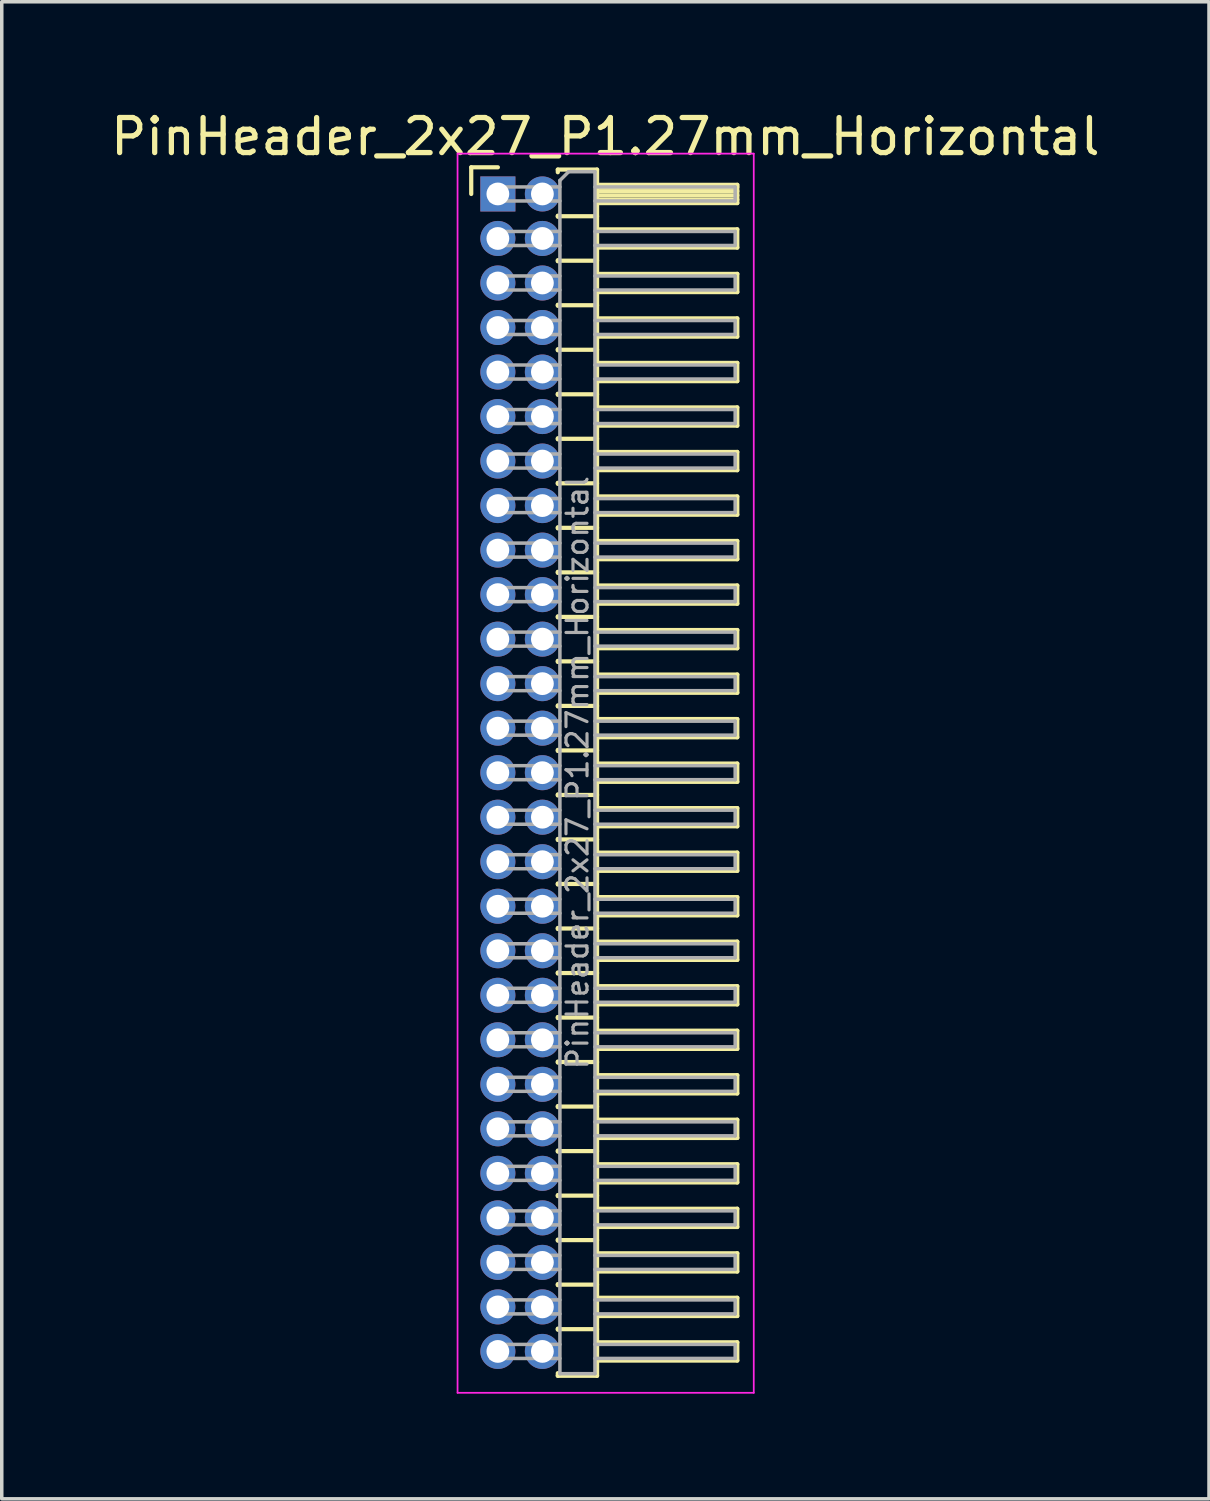
<source format=kicad_pcb>
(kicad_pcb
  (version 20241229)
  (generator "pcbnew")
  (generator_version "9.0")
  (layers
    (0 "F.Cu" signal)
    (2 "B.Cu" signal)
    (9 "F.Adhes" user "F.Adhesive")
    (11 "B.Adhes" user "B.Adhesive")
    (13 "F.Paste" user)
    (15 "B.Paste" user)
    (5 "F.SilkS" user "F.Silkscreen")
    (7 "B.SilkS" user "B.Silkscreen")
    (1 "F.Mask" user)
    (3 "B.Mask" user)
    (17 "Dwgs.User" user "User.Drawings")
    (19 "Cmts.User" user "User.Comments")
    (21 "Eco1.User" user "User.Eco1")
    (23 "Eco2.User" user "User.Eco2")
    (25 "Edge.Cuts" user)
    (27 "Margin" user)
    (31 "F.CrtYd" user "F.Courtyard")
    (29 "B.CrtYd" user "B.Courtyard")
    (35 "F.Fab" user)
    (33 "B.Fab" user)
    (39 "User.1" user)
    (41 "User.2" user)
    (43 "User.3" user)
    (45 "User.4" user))
  (footprint "PinHeader_2x27_P1.27mm_Horizontal"
    (layer "F.Cu")
    (at 11.153 2.483)
    (property "Reference" "PinHeader_2x27_P1.27mm_Horizontal" (at 3.067 -1.635 0) (layer "F.SilkS") (effects (font (size 1 1) (thickness 0.15))))
    (attr through_hole)
    (fp_line (start -0.76 -0.76) (end 0 -0.76) (stroke (width 0.12) (type solid)) (layer "F.SilkS"))
    (fp_line (start -0.76 0) (end -0.76 -0.76) (stroke (width 0.12) (type solid)) (layer "F.SilkS"))
    (fp_line (start 1.71 -0.695) (end 2.83 -0.695) (stroke (width 0.12) (type solid)) (layer "F.SilkS"))
    (fp_line (start 1.71 -0.62) (end 1.71 -0.695) (stroke (width 0.12) (type solid)) (layer "F.SilkS"))
    (fp_line (start 1.71 0.62) (end 1.71 0.65) (stroke (width 0.12) (type solid)) (layer "F.SilkS"))
    (fp_line (start 1.71 0.635) (end 2.83 0.635) (stroke (width 0.12) (type solid)) (layer "F.SilkS"))
    (fp_line (start 1.71 1.89) (end 1.71 1.92) (stroke (width 0.12) (type solid)) (layer "F.SilkS"))
    (fp_line (start 1.71 1.905) (end 2.83 1.905) (stroke (width 0.12) (type solid)) (layer "F.SilkS"))
    (fp_line (start 1.71 3.16) (end 1.71 3.19) (stroke (width 0.12) (type solid)) (layer "F.SilkS"))
    (fp_line (start 1.71 3.175) (end 2.83 3.175) (stroke (width 0.12) (type solid)) (layer "F.SilkS"))
    (fp_line (start 1.71 4.43) (end 1.71 4.46) (stroke (width 0.12) (type solid)) (layer "F.SilkS"))
    (fp_line (start 1.71 4.445) (end 2.83 4.445) (stroke (width 0.12) (type solid)) (layer "F.SilkS"))
    (fp_line (start 1.71 5.7) (end 1.71 5.73) (stroke (width 0.12) (type solid)) (layer "F.SilkS"))
    (fp_line (start 1.71 5.715) (end 2.83 5.715) (stroke (width 0.12) (type solid)) (layer "F.SilkS"))
    (fp_line (start 1.71 6.97) (end 1.71 7) (stroke (width 0.12) (type solid)) (layer "F.SilkS"))
    (fp_line (start 1.71 6.985) (end 2.83 6.985) (stroke (width 0.12) (type solid)) (layer "F.SilkS"))
    (fp_line (start 1.71 8.24) (end 1.71 8.27) (stroke (width 0.12) (type solid)) (layer "F.SilkS"))
    (fp_line (start 1.71 8.255) (end 2.83 8.255) (stroke (width 0.12) (type solid)) (layer "F.SilkS"))
    (fp_line (start 1.71 9.51) (end 1.71 9.54) (stroke (width 0.12) (type solid)) (layer "F.SilkS"))
    (fp_line (start 1.71 9.525) (end 2.83 9.525) (stroke (width 0.12) (type solid)) (layer "F.SilkS"))
    (fp_line (start 1.71 10.78) (end 1.71 10.81) (stroke (width 0.12) (type solid)) (layer "F.SilkS"))
    (fp_line (start 1.71 10.795) (end 2.83 10.795) (stroke (width 0.12) (type solid)) (layer "F.SilkS"))
    (fp_line (start 1.71 12.05) (end 1.71 12.08) (stroke (width 0.12) (type solid)) (layer "F.SilkS"))
    (fp_line (start 1.71 12.065) (end 2.83 12.065) (stroke (width 0.12) (type solid)) (layer "F.SilkS"))
    (fp_line (start 1.71 13.32) (end 1.71 13.35) (stroke (width 0.12) (type solid)) (layer "F.SilkS"))
    (fp_line (start 1.71 13.335) (end 2.83 13.335) (stroke (width 0.12) (type solid)) (layer "F.SilkS"))
    (fp_line (start 1.71 14.59) (end 1.71 14.62) (stroke (width 0.12) (type solid)) (layer "F.SilkS"))
    (fp_line (start 1.71 14.605) (end 2.83 14.605) (stroke (width 0.12) (type solid)) (layer "F.SilkS"))
    (fp_line (start 1.71 15.86) (end 1.71 15.89) (stroke (width 0.12) (type solid)) (layer "F.SilkS"))
    (fp_line (start 1.71 15.875) (end 2.83 15.875) (stroke (width 0.12) (type solid)) (layer "F.SilkS"))
    (fp_line (start 1.71 17.13) (end 1.71 17.16) (stroke (width 0.12) (type solid)) (layer "F.SilkS"))
    (fp_line (start 1.71 17.145) (end 2.83 17.145) (stroke (width 0.12) (type solid)) (layer "F.SilkS"))
    (fp_line (start 1.71 18.4) (end 1.71 18.43) (stroke (width 0.12) (type solid)) (layer "F.SilkS"))
    (fp_line (start 1.71 18.415) (end 2.83 18.415) (stroke (width 0.12) (type solid)) (layer "F.SilkS"))
    (fp_line (start 1.71 19.67) (end 1.71 19.7) (stroke (width 0.12) (type solid)) (layer "F.SilkS"))
    (fp_line (start 1.71 19.685) (end 2.83 19.685) (stroke (width 0.12) (type solid)) (layer "F.SilkS"))
    (fp_line (start 1.71 20.94) (end 1.71 20.97) (stroke (width 0.12) (type solid)) (layer "F.SilkS"))
    (fp_line (start 1.71 20.955) (end 2.83 20.955) (stroke (width 0.12) (type solid)) (layer "F.SilkS"))
    (fp_line (start 1.71 22.21) (end 1.71 22.24) (stroke (width 0.12) (type solid)) (layer "F.SilkS"))
    (fp_line (start 1.71 22.225) (end 2.83 22.225) (stroke (width 0.12) (type solid)) (layer "F.SilkS"))
    (fp_line (start 1.71 23.48) (end 1.71 23.51) (stroke (width 0.12) (type solid)) (layer "F.SilkS"))
    (fp_line (start 1.71 23.495) (end 2.83 23.495) (stroke (width 0.12) (type solid)) (layer "F.SilkS"))
    (fp_line (start 1.71 24.75) (end 1.71 24.78) (stroke (width 0.12) (type solid)) (layer "F.SilkS"))
    (fp_line (start 1.71 24.765) (end 2.83 24.765) (stroke (width 0.12) (type solid)) (layer "F.SilkS"))
    (fp_line (start 1.71 26.02) (end 1.71 26.05) (stroke (width 0.12) (type solid)) (layer "F.SilkS"))
    (fp_line (start 1.71 26.035) (end 2.83 26.035) (stroke (width 0.12) (type solid)) (layer "F.SilkS"))
    (fp_line (start 1.71 27.29) (end 1.71 27.32) (stroke (width 0.12) (type solid)) (layer "F.SilkS"))
    (fp_line (start 1.71 27.305) (end 2.83 27.305) (stroke (width 0.12) (type solid)) (layer "F.SilkS"))
    (fp_line (start 1.71 28.56) (end 1.71 28.59) (stroke (width 0.12) (type solid)) (layer "F.SilkS"))
    (fp_line (start 1.71 28.575) (end 2.83 28.575) (stroke (width 0.12) (type solid)) (layer "F.SilkS"))
    (fp_line (start 1.71 29.83) (end 1.71 29.86) (stroke (width 0.12) (type solid)) (layer "F.SilkS"))
    (fp_line (start 1.71 29.845) (end 2.83 29.845) (stroke (width 0.12) (type solid)) (layer "F.SilkS"))
    (fp_line (start 1.71 31.1) (end 1.71 31.13) (stroke (width 0.12) (type solid)) (layer "F.SilkS"))
    (fp_line (start 1.71 31.115) (end 2.83 31.115) (stroke (width 0.12) (type solid)) (layer "F.SilkS"))
    (fp_line (start 1.71 32.37) (end 1.71 32.4) (stroke (width 0.12) (type solid)) (layer "F.SilkS"))
    (fp_line (start 1.71 32.385) (end 2.83 32.385) (stroke (width 0.12) (type solid)) (layer "F.SilkS"))
    (fp_line (start 1.71 33.715) (end 1.71 33.64) (stroke (width 0.12) (type solid)) (layer "F.SilkS"))
    (fp_line (start 2.83 -0.695) (end 2.83 33.715) (stroke (width 0.12) (type solid)) (layer "F.SilkS"))
    (fp_line (start 2.83 -0.26) (end 6.83 -0.26) (stroke (width 0.12) (type solid)) (layer "F.SilkS"))
    (fp_line (start 2.83 -0.2) (end 6.83 -0.2) (stroke (width 0.12) (type solid)) (layer "F.SilkS"))
    (fp_line (start 2.83 -0.08) (end 6.83 -0.08) (stroke (width 0.12) (type solid)) (layer "F.SilkS"))
    (fp_line (start 2.83 0.04) (end 6.83 0.04) (stroke (width 0.12) (type solid)) (layer "F.SilkS"))
    (fp_line (start 2.83 0.16) (end 6.83 0.16) (stroke (width 0.12) (type solid)) (layer "F.SilkS"))
    (fp_line (start 2.83 1.01) (end 6.83 1.01) (stroke (width 0.12) (type solid)) (layer "F.SilkS"))
    (fp_line (start 2.83 2.28) (end 6.83 2.28) (stroke (width 0.12) (type solid)) (layer "F.SilkS"))
    (fp_line (start 2.83 3.55) (end 6.83 3.55) (stroke (width 0.12) (type solid)) (layer "F.SilkS"))
    (fp_line (start 2.83 4.82) (end 6.83 4.82) (stroke (width 0.12) (type solid)) (layer "F.SilkS"))
    (fp_line (start 2.83 6.09) (end 6.83 6.09) (stroke (width 0.12) (type solid)) (layer "F.SilkS"))
    (fp_line (start 2.83 7.36) (end 6.83 7.36) (stroke (width 0.12) (type solid)) (layer "F.SilkS"))
    (fp_line (start 2.83 8.63) (end 6.83 8.63) (stroke (width 0.12) (type solid)) (layer "F.SilkS"))
    (fp_line (start 2.83 9.9) (end 6.83 9.9) (stroke (width 0.12) (type solid)) (layer "F.SilkS"))
    (fp_line (start 2.83 11.17) (end 6.83 11.17) (stroke (width 0.12) (type solid)) (layer "F.SilkS"))
    (fp_line (start 2.83 12.44) (end 6.83 12.44) (stroke (width 0.12) (type solid)) (layer "F.SilkS"))
    (fp_line (start 2.83 13.71) (end 6.83 13.71) (stroke (width 0.12) (type solid)) (layer "F.SilkS"))
    (fp_line (start 2.83 14.98) (end 6.83 14.98) (stroke (width 0.12) (type solid)) (layer "F.SilkS"))
    (fp_line (start 2.83 16.25) (end 6.83 16.25) (stroke (width 0.12) (type solid)) (layer "F.SilkS"))
    (fp_line (start 2.83 17.52) (end 6.83 17.52) (stroke (width 0.12) (type solid)) (layer "F.SilkS"))
    (fp_line (start 2.83 18.79) (end 6.83 18.79) (stroke (width 0.12) (type solid)) (layer "F.SilkS"))
    (fp_line (start 2.83 20.06) (end 6.83 20.06) (stroke (width 0.12) (type solid)) (layer "F.SilkS"))
    (fp_line (start 2.83 21.33) (end 6.83 21.33) (stroke (width 0.12) (type solid)) (layer "F.SilkS"))
    (fp_line (start 2.83 22.6) (end 6.83 22.6) (stroke (width 0.12) (type solid)) (layer "F.SilkS"))
    (fp_line (start 2.83 23.87) (end 6.83 23.87) (stroke (width 0.12) (type solid)) (layer "F.SilkS"))
    (fp_line (start 2.83 25.14) (end 6.83 25.14) (stroke (width 0.12) (type solid)) (layer "F.SilkS"))
    (fp_line (start 2.83 26.41) (end 6.83 26.41) (stroke (width 0.12) (type solid)) (layer "F.SilkS"))
    (fp_line (start 2.83 27.68) (end 6.83 27.68) (stroke (width 0.12) (type solid)) (layer "F.SilkS"))
    (fp_line (start 2.83 28.95) (end 6.83 28.95) (stroke (width 0.12) (type solid)) (layer "F.SilkS"))
    (fp_line (start 2.83 30.22) (end 6.83 30.22) (stroke (width 0.12) (type solid)) (layer "F.SilkS"))
    (fp_line (start 2.83 31.49) (end 6.83 31.49) (stroke (width 0.12) (type solid)) (layer "F.SilkS"))
    (fp_line (start 2.83 32.76) (end 6.83 32.76) (stroke (width 0.12) (type solid)) (layer "F.SilkS"))
    (fp_line (start 2.83 33.715) (end 1.71 33.715) (stroke (width 0.12) (type solid)) (layer "F.SilkS"))
    (fp_line (start 6.83 -0.26) (end 6.83 0.26) (stroke (width 0.12) (type solid)) (layer "F.SilkS"))
    (fp_line (start 6.83 0.26) (end 2.83 0.26) (stroke (width 0.12) (type solid)) (layer "F.SilkS"))
    (fp_line (start 6.83 1.01) (end 6.83 1.53) (stroke (width 0.12) (type solid)) (layer "F.SilkS"))
    (fp_line (start 6.83 1.53) (end 2.83 1.53) (stroke (width 0.12) (type solid)) (layer "F.SilkS"))
    (fp_line (start 6.83 2.28) (end 6.83 2.8) (stroke (width 0.12) (type solid)) (layer "F.SilkS"))
    (fp_line (start 6.83 2.8) (end 2.83 2.8) (stroke (width 0.12) (type solid)) (layer "F.SilkS"))
    (fp_line (start 6.83 3.55) (end 6.83 4.07) (stroke (width 0.12) (type solid)) (layer "F.SilkS"))
    (fp_line (start 6.83 4.07) (end 2.83 4.07) (stroke (width 0.12) (type solid)) (layer "F.SilkS"))
    (fp_line (start 6.83 4.82) (end 6.83 5.34) (stroke (width 0.12) (type solid)) (layer "F.SilkS"))
    (fp_line (start 6.83 5.34) (end 2.83 5.34) (stroke (width 0.12) (type solid)) (layer "F.SilkS"))
    (fp_line (start 6.83 6.09) (end 6.83 6.61) (stroke (width 0.12) (type solid)) (layer "F.SilkS"))
    (fp_line (start 6.83 6.61) (end 2.83 6.61) (stroke (width 0.12) (type solid)) (layer "F.SilkS"))
    (fp_line (start 6.83 7.36) (end 6.83 7.88) (stroke (width 0.12) (type solid)) (layer "F.SilkS"))
    (fp_line (start 6.83 7.88) (end 2.83 7.88) (stroke (width 0.12) (type solid)) (layer "F.SilkS"))
    (fp_line (start 6.83 8.63) (end 6.83 9.15) (stroke (width 0.12) (type solid)) (layer "F.SilkS"))
    (fp_line (start 6.83 9.15) (end 2.83 9.15) (stroke (width 0.12) (type solid)) (layer "F.SilkS"))
    (fp_line (start 6.83 9.9) (end 6.83 10.42) (stroke (width 0.12) (type solid)) (layer "F.SilkS"))
    (fp_line (start 6.83 10.42) (end 2.83 10.42) (stroke (width 0.12) (type solid)) (layer "F.SilkS"))
    (fp_line (start 6.83 11.17) (end 6.83 11.69) (stroke (width 0.12) (type solid)) (layer "F.SilkS"))
    (fp_line (start 6.83 11.69) (end 2.83 11.69) (stroke (width 0.12) (type solid)) (layer "F.SilkS"))
    (fp_line (start 6.83 12.44) (end 6.83 12.96) (stroke (width 0.12) (type solid)) (layer "F.SilkS"))
    (fp_line (start 6.83 12.96) (end 2.83 12.96) (stroke (width 0.12) (type solid)) (layer "F.SilkS"))
    (fp_line (start 6.83 13.71) (end 6.83 14.23) (stroke (width 0.12) (type solid)) (layer "F.SilkS"))
    (fp_line (start 6.83 14.23) (end 2.83 14.23) (stroke (width 0.12) (type solid)) (layer "F.SilkS"))
    (fp_line (start 6.83 14.98) (end 6.83 15.5) (stroke (width 0.12) (type solid)) (layer "F.SilkS"))
    (fp_line (start 6.83 15.5) (end 2.83 15.5) (stroke (width 0.12) (type solid)) (layer "F.SilkS"))
    (fp_line (start 6.83 16.25) (end 6.83 16.77) (stroke (width 0.12) (type solid)) (layer "F.SilkS"))
    (fp_line (start 6.83 16.77) (end 2.83 16.77) (stroke (width 0.12) (type solid)) (layer "F.SilkS"))
    (fp_line (start 6.83 17.52) (end 6.83 18.04) (stroke (width 0.12) (type solid)) (layer "F.SilkS"))
    (fp_line (start 6.83 18.04) (end 2.83 18.04) (stroke (width 0.12) (type solid)) (layer "F.SilkS"))
    (fp_line (start 6.83 18.79) (end 6.83 19.31) (stroke (width 0.12) (type solid)) (layer "F.SilkS"))
    (fp_line (start 6.83 19.31) (end 2.83 19.31) (stroke (width 0.12) (type solid)) (layer "F.SilkS"))
    (fp_line (start 6.83 20.06) (end 6.83 20.58) (stroke (width 0.12) (type solid)) (layer "F.SilkS"))
    (fp_line (start 6.83 20.58) (end 2.83 20.58) (stroke (width 0.12) (type solid)) (layer "F.SilkS"))
    (fp_line (start 6.83 21.33) (end 6.83 21.85) (stroke (width 0.12) (type solid)) (layer "F.SilkS"))
    (fp_line (start 6.83 21.85) (end 2.83 21.85) (stroke (width 0.12) (type solid)) (layer "F.SilkS"))
    (fp_line (start 6.83 22.6) (end 6.83 23.12) (stroke (width 0.12) (type solid)) (layer "F.SilkS"))
    (fp_line (start 6.83 23.12) (end 2.83 23.12) (stroke (width 0.12) (type solid)) (layer "F.SilkS"))
    (fp_line (start 6.83 23.87) (end 6.83 24.39) (stroke (width 0.12) (type solid)) (layer "F.SilkS"))
    (fp_line (start 6.83 24.39) (end 2.83 24.39) (stroke (width 0.12) (type solid)) (layer "F.SilkS"))
    (fp_line (start 6.83 25.14) (end 6.83 25.66) (stroke (width 0.12) (type solid)) (layer "F.SilkS"))
    (fp_line (start 6.83 25.66) (end 2.83 25.66) (stroke (width 0.12) (type solid)) (layer "F.SilkS"))
    (fp_line (start 6.83 26.41) (end 6.83 26.93) (stroke (width 0.12) (type solid)) (layer "F.SilkS"))
    (fp_line (start 6.83 26.93) (end 2.83 26.93) (stroke (width 0.12) (type solid)) (layer "F.SilkS"))
    (fp_line (start 6.83 27.68) (end 6.83 28.2) (stroke (width 0.12) (type solid)) (layer "F.SilkS"))
    (fp_line (start 6.83 28.2) (end 2.83 28.2) (stroke (width 0.12) (type solid)) (layer "F.SilkS"))
    (fp_line (start 6.83 28.95) (end 6.83 29.47) (stroke (width 0.12) (type solid)) (layer "F.SilkS"))
    (fp_line (start 6.83 29.47) (end 2.83 29.47) (stroke (width 0.12) (type solid)) (layer "F.SilkS"))
    (fp_line (start 6.83 30.22) (end 6.83 30.74) (stroke (width 0.12) (type solid)) (layer "F.SilkS"))
    (fp_line (start 6.83 30.74) (end 2.83 30.74) (stroke (width 0.12) (type solid)) (layer "F.SilkS"))
    (fp_line (start 6.83 31.49) (end 6.83 32.01) (stroke (width 0.12) (type solid)) (layer "F.SilkS"))
    (fp_line (start 6.83 32.01) (end 2.83 32.01) (stroke (width 0.12) (type solid)) (layer "F.SilkS"))
    (fp_line (start 6.83 32.76) (end 6.83 33.28) (stroke (width 0.12) (type solid)) (layer "F.SilkS"))
    (fp_line (start 6.83 33.28) (end 2.83 33.28) (stroke (width 0.12) (type solid)) (layer "F.SilkS"))
    (fp_line (start -1.15 -1.15) (end -1.15 34.2) (stroke (width 0.05) (type solid)) (layer "F.CrtYd"))
    (fp_line (start -1.15 34.2) (end 7.3 34.2) (stroke (width 0.05) (type solid)) (layer "F.CrtYd"))
    (fp_line (start 7.3 -1.15) (end -1.15 -1.15) (stroke (width 0.05) (type solid)) (layer "F.CrtYd"))
    (fp_line (start 7.3 34.2) (end 7.3 -1.15) (stroke (width 0.05) (type solid)) (layer "F.CrtYd"))
    (fp_line (start -0.2 -0.2) (end -0.2 0.2) (stroke (width 0.1) (type solid)) (layer "F.Fab"))
    (fp_line (start -0.2 -0.2) (end 1.77 -0.2) (stroke (width 0.1) (type solid)) (layer "F.Fab"))
    (fp_line (start -0.2 0.2) (end 1.77 0.2) (stroke (width 0.1) (type solid)) (layer "F.Fab"))
    (fp_line (start -0.2 1.07) (end -0.2 1.47) (stroke (width 0.1) (type solid)) (layer "F.Fab"))
    (fp_line (start -0.2 1.07) (end 1.77 1.07) (stroke (width 0.1) (type solid)) (layer "F.Fab"))
    (fp_line (start -0.2 1.47) (end 1.77 1.47) (stroke (width 0.1) (type solid)) (layer "F.Fab"))
    (fp_line (start -0.2 2.34) (end -0.2 2.74) (stroke (width 0.1) (type solid)) (layer "F.Fab"))
    (fp_line (start -0.2 2.34) (end 1.77 2.34) (stroke (width 0.1) (type solid)) (layer "F.Fab"))
    (fp_line (start -0.2 2.74) (end 1.77 2.74) (stroke (width 0.1) (type solid)) (layer "F.Fab"))
    (fp_line (start -0.2 3.61) (end -0.2 4.01) (stroke (width 0.1) (type solid)) (layer "F.Fab"))
    (fp_line (start -0.2 3.61) (end 1.77 3.61) (stroke (width 0.1) (type solid)) (layer "F.Fab"))
    (fp_line (start -0.2 4.01) (end 1.77 4.01) (stroke (width 0.1) (type solid)) (layer "F.Fab"))
    (fp_line (start -0.2 4.88) (end -0.2 5.28) (stroke (width 0.1) (type solid)) (layer "F.Fab"))
    (fp_line (start -0.2 4.88) (end 1.77 4.88) (stroke (width 0.1) (type solid)) (layer "F.Fab"))
    (fp_line (start -0.2 5.28) (end 1.77 5.28) (stroke (width 0.1) (type solid)) (layer "F.Fab"))
    (fp_line (start -0.2 6.15) (end -0.2 6.55) (stroke (width 0.1) (type solid)) (layer "F.Fab"))
    (fp_line (start -0.2 6.15) (end 1.77 6.15) (stroke (width 0.1) (type solid)) (layer "F.Fab"))
    (fp_line (start -0.2 6.55) (end 1.77 6.55) (stroke (width 0.1) (type solid)) (layer "F.Fab"))
    (fp_line (start -0.2 7.42) (end -0.2 7.82) (stroke (width 0.1) (type solid)) (layer "F.Fab"))
    (fp_line (start -0.2 7.42) (end 1.77 7.42) (stroke (width 0.1) (type solid)) (layer "F.Fab"))
    (fp_line (start -0.2 7.82) (end 1.77 7.82) (stroke (width 0.1) (type solid)) (layer "F.Fab"))
    (fp_line (start -0.2 8.69) (end -0.2 9.09) (stroke (width 0.1) (type solid)) (layer "F.Fab"))
    (fp_line (start -0.2 8.69) (end 1.77 8.69) (stroke (width 0.1) (type solid)) (layer "F.Fab"))
    (fp_line (start -0.2 9.09) (end 1.77 9.09) (stroke (width 0.1) (type solid)) (layer "F.Fab"))
    (fp_line (start -0.2 9.96) (end -0.2 10.36) (stroke (width 0.1) (type solid)) (layer "F.Fab"))
    (fp_line (start -0.2 9.96) (end 1.77 9.96) (stroke (width 0.1) (type solid)) (layer "F.Fab"))
    (fp_line (start -0.2 10.36) (end 1.77 10.36) (stroke (width 0.1) (type solid)) (layer "F.Fab"))
    (fp_line (start -0.2 11.23) (end -0.2 11.63) (stroke (width 0.1) (type solid)) (layer "F.Fab"))
    (fp_line (start -0.2 11.23) (end 1.77 11.23) (stroke (width 0.1) (type solid)) (layer "F.Fab"))
    (fp_line (start -0.2 11.63) (end 1.77 11.63) (stroke (width 0.1) (type solid)) (layer "F.Fab"))
    (fp_line (start -0.2 12.5) (end -0.2 12.9) (stroke (width 0.1) (type solid)) (layer "F.Fab"))
    (fp_line (start -0.2 12.5) (end 1.77 12.5) (stroke (width 0.1) (type solid)) (layer "F.Fab"))
    (fp_line (start -0.2 12.9) (end 1.77 12.9) (stroke (width 0.1) (type solid)) (layer "F.Fab"))
    (fp_line (start -0.2 13.77) (end -0.2 14.17) (stroke (width 0.1) (type solid)) (layer "F.Fab"))
    (fp_line (start -0.2 13.77) (end 1.77 13.77) (stroke (width 0.1) (type solid)) (layer "F.Fab"))
    (fp_line (start -0.2 14.17) (end 1.77 14.17) (stroke (width 0.1) (type solid)) (layer "F.Fab"))
    (fp_line (start -0.2 15.04) (end -0.2 15.44) (stroke (width 0.1) (type solid)) (layer "F.Fab"))
    (fp_line (start -0.2 15.04) (end 1.77 15.04) (stroke (width 0.1) (type solid)) (layer "F.Fab"))
    (fp_line (start -0.2 15.44) (end 1.77 15.44) (stroke (width 0.1) (type solid)) (layer "F.Fab"))
    (fp_line (start -0.2 16.31) (end -0.2 16.71) (stroke (width 0.1) (type solid)) (layer "F.Fab"))
    (fp_line (start -0.2 16.31) (end 1.77 16.31) (stroke (width 0.1) (type solid)) (layer "F.Fab"))
    (fp_line (start -0.2 16.71) (end 1.77 16.71) (stroke (width 0.1) (type solid)) (layer "F.Fab"))
    (fp_line (start -0.2 17.58) (end -0.2 17.98) (stroke (width 0.1) (type solid)) (layer "F.Fab"))
    (fp_line (start -0.2 17.58) (end 1.77 17.58) (stroke (width 0.1) (type solid)) (layer "F.Fab"))
    (fp_line (start -0.2 17.98) (end 1.77 17.98) (stroke (width 0.1) (type solid)) (layer "F.Fab"))
    (fp_line (start -0.2 18.85) (end -0.2 19.25) (stroke (width 0.1) (type solid)) (layer "F.Fab"))
    (fp_line (start -0.2 18.85) (end 1.77 18.85) (stroke (width 0.1) (type solid)) (layer "F.Fab"))
    (fp_line (start -0.2 19.25) (end 1.77 19.25) (stroke (width 0.1) (type solid)) (layer "F.Fab"))
    (fp_line (start -0.2 20.12) (end -0.2 20.52) (stroke (width 0.1) (type solid)) (layer "F.Fab"))
    (fp_line (start -0.2 20.12) (end 1.77 20.12) (stroke (width 0.1) (type solid)) (layer "F.Fab"))
    (fp_line (start -0.2 20.52) (end 1.77 20.52) (stroke (width 0.1) (type solid)) (layer "F.Fab"))
    (fp_line (start -0.2 21.39) (end -0.2 21.79) (stroke (width 0.1) (type solid)) (layer "F.Fab"))
    (fp_line (start -0.2 21.39) (end 1.77 21.39) (stroke (width 0.1) (type solid)) (layer "F.Fab"))
    (fp_line (start -0.2 21.79) (end 1.77 21.79) (stroke (width 0.1) (type solid)) (layer "F.Fab"))
    (fp_line (start -0.2 22.66) (end -0.2 23.06) (stroke (width 0.1) (type solid)) (layer "F.Fab"))
    (fp_line (start -0.2 22.66) (end 1.77 22.66) (stroke (width 0.1) (type solid)) (layer "F.Fab"))
    (fp_line (start -0.2 23.06) (end 1.77 23.06) (stroke (width 0.1) (type solid)) (layer "F.Fab"))
    (fp_line (start -0.2 23.93) (end -0.2 24.33) (stroke (width 0.1) (type solid)) (layer "F.Fab"))
    (fp_line (start -0.2 23.93) (end 1.77 23.93) (stroke (width 0.1) (type solid)) (layer "F.Fab"))
    (fp_line (start -0.2 24.33) (end 1.77 24.33) (stroke (width 0.1) (type solid)) (layer "F.Fab"))
    (fp_line (start -0.2 25.2) (end -0.2 25.6) (stroke (width 0.1) (type solid)) (layer "F.Fab"))
    (fp_line (start -0.2 25.2) (end 1.77 25.2) (stroke (width 0.1) (type solid)) (layer "F.Fab"))
    (fp_line (start -0.2 25.6) (end 1.77 25.6) (stroke (width 0.1) (type solid)) (layer "F.Fab"))
    (fp_line (start -0.2 26.47) (end -0.2 26.87) (stroke (width 0.1) (type solid)) (layer "F.Fab"))
    (fp_line (start -0.2 26.47) (end 1.77 26.47) (stroke (width 0.1) (type solid)) (layer "F.Fab"))
    (fp_line (start -0.2 26.87) (end 1.77 26.87) (stroke (width 0.1) (type solid)) (layer "F.Fab"))
    (fp_line (start -0.2 27.74) (end -0.2 28.14) (stroke (width 0.1) (type solid)) (layer "F.Fab"))
    (fp_line (start -0.2 27.74) (end 1.77 27.74) (stroke (width 0.1) (type solid)) (layer "F.Fab"))
    (fp_line (start -0.2 28.14) (end 1.77 28.14) (stroke (width 0.1) (type solid)) (layer "F.Fab"))
    (fp_line (start -0.2 29.01) (end -0.2 29.41) (stroke (width 0.1) (type solid)) (layer "F.Fab"))
    (fp_line (start -0.2 29.01) (end 1.77 29.01) (stroke (width 0.1) (type solid)) (layer "F.Fab"))
    (fp_line (start -0.2 29.41) (end 1.77 29.41) (stroke (width 0.1) (type solid)) (layer "F.Fab"))
    (fp_line (start -0.2 30.28) (end -0.2 30.68) (stroke (width 0.1) (type solid)) (layer "F.Fab"))
    (fp_line (start -0.2 30.28) (end 1.77 30.28) (stroke (width 0.1) (type solid)) (layer "F.Fab"))
    (fp_line (start -0.2 30.68) (end 1.77 30.68) (stroke (width 0.1) (type solid)) (layer "F.Fab"))
    (fp_line (start -0.2 31.55) (end -0.2 31.95) (stroke (width 0.1) (type solid)) (layer "F.Fab"))
    (fp_line (start -0.2 31.55) (end 1.77 31.55) (stroke (width 0.1) (type solid)) (layer "F.Fab"))
    (fp_line (start -0.2 31.95) (end 1.77 31.95) (stroke (width 0.1) (type solid)) (layer "F.Fab"))
    (fp_line (start -0.2 32.82) (end -0.2 33.22) (stroke (width 0.1) (type solid)) (layer "F.Fab"))
    (fp_line (start -0.2 32.82) (end 1.77 32.82) (stroke (width 0.1) (type solid)) (layer "F.Fab"))
    (fp_line (start -0.2 33.22) (end 1.77 33.22) (stroke (width 0.1) (type solid)) (layer "F.Fab"))
    (fp_line (start 1.77 -0.385) (end 2.02 -0.635) (stroke (width 0.1) (type solid)) (layer "F.Fab"))
    (fp_line (start 1.77 33.655) (end 1.77 -0.385) (stroke (width 0.1) (type solid)) (layer "F.Fab"))
    (fp_line (start 2.02 -0.635) (end 2.77 -0.635) (stroke (width 0.1) (type solid)) (layer "F.Fab"))
    (fp_line (start 2.77 -0.635) (end 2.77 33.655) (stroke (width 0.1) (type solid)) (layer "F.Fab"))
    (fp_line (start 2.77 -0.2) (end 6.77 -0.2) (stroke (width 0.1) (type solid)) (layer "F.Fab"))
    (fp_line (start 2.77 0.2) (end 6.77 0.2) (stroke (width 0.1) (type solid)) (layer "F.Fab"))
    (fp_line (start 2.77 1.07) (end 6.77 1.07) (stroke (width 0.1) (type solid)) (layer "F.Fab"))
    (fp_line (start 2.77 1.47) (end 6.77 1.47) (stroke (width 0.1) (type solid)) (layer "F.Fab"))
    (fp_line (start 2.77 2.34) (end 6.77 2.34) (stroke (width 0.1) (type solid)) (layer "F.Fab"))
    (fp_line (start 2.77 2.74) (end 6.77 2.74) (stroke (width 0.1) (type solid)) (layer "F.Fab"))
    (fp_line (start 2.77 3.61) (end 6.77 3.61) (stroke (width 0.1) (type solid)) (layer "F.Fab"))
    (fp_line (start 2.77 4.01) (end 6.77 4.01) (stroke (width 0.1) (type solid)) (layer "F.Fab"))
    (fp_line (start 2.77 4.88) (end 6.77 4.88) (stroke (width 0.1) (type solid)) (layer "F.Fab"))
    (fp_line (start 2.77 5.28) (end 6.77 5.28) (stroke (width 0.1) (type solid)) (layer "F.Fab"))
    (fp_line (start 2.77 6.15) (end 6.77 6.15) (stroke (width 0.1) (type solid)) (layer "F.Fab"))
    (fp_line (start 2.77 6.55) (end 6.77 6.55) (stroke (width 0.1) (type solid)) (layer "F.Fab"))
    (fp_line (start 2.77 7.42) (end 6.77 7.42) (stroke (width 0.1) (type solid)) (layer "F.Fab"))
    (fp_line (start 2.77 7.82) (end 6.77 7.82) (stroke (width 0.1) (type solid)) (layer "F.Fab"))
    (fp_line (start 2.77 8.69) (end 6.77 8.69) (stroke (width 0.1) (type solid)) (layer "F.Fab"))
    (fp_line (start 2.77 9.09) (end 6.77 9.09) (stroke (width 0.1) (type solid)) (layer "F.Fab"))
    (fp_line (start 2.77 9.96) (end 6.77 9.96) (stroke (width 0.1) (type solid)) (layer "F.Fab"))
    (fp_line (start 2.77 10.36) (end 6.77 10.36) (stroke (width 0.1) (type solid)) (layer "F.Fab"))
    (fp_line (start 2.77 11.23) (end 6.77 11.23) (stroke (width 0.1) (type solid)) (layer "F.Fab"))
    (fp_line (start 2.77 11.63) (end 6.77 11.63) (stroke (width 0.1) (type solid)) (layer "F.Fab"))
    (fp_line (start 2.77 12.5) (end 6.77 12.5) (stroke (width 0.1) (type solid)) (layer "F.Fab"))
    (fp_line (start 2.77 12.9) (end 6.77 12.9) (stroke (width 0.1) (type solid)) (layer "F.Fab"))
    (fp_line (start 2.77 13.77) (end 6.77 13.77) (stroke (width 0.1) (type solid)) (layer "F.Fab"))
    (fp_line (start 2.77 14.17) (end 6.77 14.17) (stroke (width 0.1) (type solid)) (layer "F.Fab"))
    (fp_line (start 2.77 15.04) (end 6.77 15.04) (stroke (width 0.1) (type solid)) (layer "F.Fab"))
    (fp_line (start 2.77 15.44) (end 6.77 15.44) (stroke (width 0.1) (type solid)) (layer "F.Fab"))
    (fp_line (start 2.77 16.31) (end 6.77 16.31) (stroke (width 0.1) (type solid)) (layer "F.Fab"))
    (fp_line (start 2.77 16.71) (end 6.77 16.71) (stroke (width 0.1) (type solid)) (layer "F.Fab"))
    (fp_line (start 2.77 17.58) (end 6.77 17.58) (stroke (width 0.1) (type solid)) (layer "F.Fab"))
    (fp_line (start 2.77 17.98) (end 6.77 17.98) (stroke (width 0.1) (type solid)) (layer "F.Fab"))
    (fp_line (start 2.77 18.85) (end 6.77 18.85) (stroke (width 0.1) (type solid)) (layer "F.Fab"))
    (fp_line (start 2.77 19.25) (end 6.77 19.25) (stroke (width 0.1) (type solid)) (layer "F.Fab"))
    (fp_line (start 2.77 20.12) (end 6.77 20.12) (stroke (width 0.1) (type solid)) (layer "F.Fab"))
    (fp_line (start 2.77 20.52) (end 6.77 20.52) (stroke (width 0.1) (type solid)) (layer "F.Fab"))
    (fp_line (start 2.77 21.39) (end 6.77 21.39) (stroke (width 0.1) (type solid)) (layer "F.Fab"))
    (fp_line (start 2.77 21.79) (end 6.77 21.79) (stroke (width 0.1) (type solid)) (layer "F.Fab"))
    (fp_line (start 2.77 22.66) (end 6.77 22.66) (stroke (width 0.1) (type solid)) (layer "F.Fab"))
    (fp_line (start 2.77 23.06) (end 6.77 23.06) (stroke (width 0.1) (type solid)) (layer "F.Fab"))
    (fp_line (start 2.77 23.93) (end 6.77 23.93) (stroke (width 0.1) (type solid)) (layer "F.Fab"))
    (fp_line (start 2.77 24.33) (end 6.77 24.33) (stroke (width 0.1) (type solid)) (layer "F.Fab"))
    (fp_line (start 2.77 25.2) (end 6.77 25.2) (stroke (width 0.1) (type solid)) (layer "F.Fab"))
    (fp_line (start 2.77 25.6) (end 6.77 25.6) (stroke (width 0.1) (type solid)) (layer "F.Fab"))
    (fp_line (start 2.77 26.47) (end 6.77 26.47) (stroke (width 0.1) (type solid)) (layer "F.Fab"))
    (fp_line (start 2.77 26.87) (end 6.77 26.87) (stroke (width 0.1) (type solid)) (layer "F.Fab"))
    (fp_line (start 2.77 27.74) (end 6.77 27.74) (stroke (width 0.1) (type solid)) (layer "F.Fab"))
    (fp_line (start 2.77 28.14) (end 6.77 28.14) (stroke (width 0.1) (type solid)) (layer "F.Fab"))
    (fp_line (start 2.77 29.01) (end 6.77 29.01) (stroke (width 0.1) (type solid)) (layer "F.Fab"))
    (fp_line (start 2.77 29.41) (end 6.77 29.41) (stroke (width 0.1) (type solid)) (layer "F.Fab"))
    (fp_line (start 2.77 30.28) (end 6.77 30.28) (stroke (width 0.1) (type solid)) (layer "F.Fab"))
    (fp_line (start 2.77 30.68) (end 6.77 30.68) (stroke (width 0.1) (type solid)) (layer "F.Fab"))
    (fp_line (start 2.77 31.55) (end 6.77 31.55) (stroke (width 0.1) (type solid)) (layer "F.Fab"))
    (fp_line (start 2.77 31.95) (end 6.77 31.95) (stroke (width 0.1) (type solid)) (layer "F.Fab"))
    (fp_line (start 2.77 32.82) (end 6.77 32.82) (stroke (width 0.1) (type solid)) (layer "F.Fab"))
    (fp_line (start 2.77 33.22) (end 6.77 33.22) (stroke (width 0.1) (type solid)) (layer "F.Fab"))
    (fp_line (start 2.77 33.655) (end 1.77 33.655) (stroke (width 0.1) (type solid)) (layer "F.Fab"))
    (fp_line (start 6.77 -0.2) (end 6.77 0.2) (stroke (width 0.1) (type solid)) (layer "F.Fab"))
    (fp_line (start 6.77 1.07) (end 6.77 1.47) (stroke (width 0.1) (type solid)) (layer "F.Fab"))
    (fp_line (start 6.77 2.34) (end 6.77 2.74) (stroke (width 0.1) (type solid)) (layer "F.Fab"))
    (fp_line (start 6.77 3.61) (end 6.77 4.01) (stroke (width 0.1) (type solid)) (layer "F.Fab"))
    (fp_line (start 6.77 4.88) (end 6.77 5.28) (stroke (width 0.1) (type solid)) (layer "F.Fab"))
    (fp_line (start 6.77 6.15) (end 6.77 6.55) (stroke (width 0.1) (type solid)) (layer "F.Fab"))
    (fp_line (start 6.77 7.42) (end 6.77 7.82) (stroke (width 0.1) (type solid)) (layer "F.Fab"))
    (fp_line (start 6.77 8.69) (end 6.77 9.09) (stroke (width 0.1) (type solid)) (layer "F.Fab"))
    (fp_line (start 6.77 9.96) (end 6.77 10.36) (stroke (width 0.1) (type solid)) (layer "F.Fab"))
    (fp_line (start 6.77 11.23) (end 6.77 11.63) (stroke (width 0.1) (type solid)) (layer "F.Fab"))
    (fp_line (start 6.77 12.5) (end 6.77 12.9) (stroke (width 0.1) (type solid)) (layer "F.Fab"))
    (fp_line (start 6.77 13.77) (end 6.77 14.17) (stroke (width 0.1) (type solid)) (layer "F.Fab"))
    (fp_line (start 6.77 15.04) (end 6.77 15.44) (stroke (width 0.1) (type solid)) (layer "F.Fab"))
    (fp_line (start 6.77 16.31) (end 6.77 16.71) (stroke (width 0.1) (type solid)) (layer "F.Fab"))
    (fp_line (start 6.77 17.58) (end 6.77 17.98) (stroke (width 0.1) (type solid)) (layer "F.Fab"))
    (fp_line (start 6.77 18.85) (end 6.77 19.25) (stroke (width 0.1) (type solid)) (layer "F.Fab"))
    (fp_line (start 6.77 20.12) (end 6.77 20.52) (stroke (width 0.1) (type solid)) (layer "F.Fab"))
    (fp_line (start 6.77 21.39) (end 6.77 21.79) (stroke (width 0.1) (type solid)) (layer "F.Fab"))
    (fp_line (start 6.77 22.66) (end 6.77 23.06) (stroke (width 0.1) (type solid)) (layer "F.Fab"))
    (fp_line (start 6.77 23.93) (end 6.77 24.33) (stroke (width 0.1) (type solid)) (layer "F.Fab"))
    (fp_line (start 6.77 25.2) (end 6.77 25.6) (stroke (width 0.1) (type solid)) (layer "F.Fab"))
    (fp_line (start 6.77 26.47) (end 6.77 26.87) (stroke (width 0.1) (type solid)) (layer "F.Fab"))
    (fp_line (start 6.77 27.74) (end 6.77 28.14) (stroke (width 0.1) (type solid)) (layer "F.Fab"))
    (fp_line (start 6.77 29.01) (end 6.77 29.41) (stroke (width 0.1) (type solid)) (layer "F.Fab"))
    (fp_line (start 6.77 30.28) (end 6.77 30.68) (stroke (width 0.1) (type solid)) (layer "F.Fab"))
    (fp_line (start 6.77 31.55) (end 6.77 31.95) (stroke (width 0.1) (type solid)) (layer "F.Fab"))
    (fp_line (start 6.77 32.82) (end 6.77 33.22) (stroke (width 0.1) (type solid)) (layer "F.Fab"))
    (fp_text user "${REFERENCE}" (at 2.27 16.51 90) (layer "F.Fab") (effects (font (size 0.6 0.6) (thickness 0.09))))
    (pad "1" thru_hole rect (at 0 0) (size 1 1) (drill 0.65) (layers "*.Cu" "*.Mask"))
    (pad "2" thru_hole oval (at 1.27 0) (size 1 1) (drill 0.65) (layers "*.Cu" "*.Mask"))
    (pad "3" thru_hole oval (at 0 1.27) (size 1 1) (drill 0.65) (layers "*.Cu" "*.Mask"))
    (pad "4" thru_hole oval (at 1.27 1.27) (size 1 1) (drill 0.65) (layers "*.Cu" "*.Mask"))
    (pad "5" thru_hole oval (at 0 2.54) (size 1 1) (drill 0.65) (layers "*.Cu" "*.Mask"))
    (pad "6" thru_hole oval (at 1.27 2.54) (size 1 1) (drill 0.65) (layers "*.Cu" "*.Mask"))
    (pad "7" thru_hole oval (at 0 3.81) (size 1 1) (drill 0.65) (layers "*.Cu" "*.Mask"))
    (pad "8" thru_hole oval (at 1.27 3.81) (size 1 1) (drill 0.65) (layers "*.Cu" "*.Mask"))
    (pad "9" thru_hole oval (at 0 5.08) (size 1 1) (drill 0.65) (layers "*.Cu" "*.Mask"))
    (pad "10" thru_hole oval (at 1.27 5.08) (size 1 1) (drill 0.65) (layers "*.Cu" "*.Mask"))
    (pad "11" thru_hole oval (at 0 6.35) (size 1 1) (drill 0.65) (layers "*.Cu" "*.Mask"))
    (pad "12" thru_hole oval (at 1.27 6.35) (size 1 1) (drill 0.65) (layers "*.Cu" "*.Mask"))
    (pad "13" thru_hole oval (at 0 7.62) (size 1 1) (drill 0.65) (layers "*.Cu" "*.Mask"))
    (pad "14" thru_hole oval (at 1.27 7.62) (size 1 1) (drill 0.65) (layers "*.Cu" "*.Mask"))
    (pad "15" thru_hole oval (at 0 8.89) (size 1 1) (drill 0.65) (layers "*.Cu" "*.Mask"))
    (pad "16" thru_hole oval (at 1.27 8.89) (size 1 1) (drill 0.65) (layers "*.Cu" "*.Mask"))
    (pad "17" thru_hole oval (at 0 10.16) (size 1 1) (drill 0.65) (layers "*.Cu" "*.Mask"))
    (pad "18" thru_hole oval (at 1.27 10.16) (size 1 1) (drill 0.65) (layers "*.Cu" "*.Mask"))
    (pad "19" thru_hole oval (at 0 11.43) (size 1 1) (drill 0.65) (layers "*.Cu" "*.Mask"))
    (pad "20" thru_hole oval (at 1.27 11.43) (size 1 1) (drill 0.65) (layers "*.Cu" "*.Mask"))
    (pad "21" thru_hole oval (at 0 12.7) (size 1 1) (drill 0.65) (layers "*.Cu" "*.Mask"))
    (pad "22" thru_hole oval (at 1.27 12.7) (size 1 1) (drill 0.65) (layers "*.Cu" "*.Mask"))
    (pad "23" thru_hole oval (at 0 13.97) (size 1 1) (drill 0.65) (layers "*.Cu" "*.Mask"))
    (pad "24" thru_hole oval (at 1.27 13.97) (size 1 1) (drill 0.65) (layers "*.Cu" "*.Mask"))
    (pad "25" thru_hole oval (at 0 15.24) (size 1 1) (drill 0.65) (layers "*.Cu" "*.Mask"))
    (pad "26" thru_hole oval (at 1.27 15.24) (size 1 1) (drill 0.65) (layers "*.Cu" "*.Mask"))
    (pad "27" thru_hole oval (at 0 16.51) (size 1 1) (drill 0.65) (layers "*.Cu" "*.Mask"))
    (pad "28" thru_hole oval (at 1.27 16.51) (size 1 1) (drill 0.65) (layers "*.Cu" "*.Mask"))
    (pad "29" thru_hole oval (at 0 17.78) (size 1 1) (drill 0.65) (layers "*.Cu" "*.Mask"))
    (pad "30" thru_hole oval (at 1.27 17.78) (size 1 1) (drill 0.65) (layers "*.Cu" "*.Mask"))
    (pad "31" thru_hole oval (at 0 19.05) (size 1 1) (drill 0.65) (layers "*.Cu" "*.Mask"))
    (pad "32" thru_hole oval (at 1.27 19.05) (size 1 1) (drill 0.65) (layers "*.Cu" "*.Mask"))
    (pad "33" thru_hole oval (at 0 20.32) (size 1 1) (drill 0.65) (layers "*.Cu" "*.Mask"))
    (pad "34" thru_hole oval (at 1.27 20.32) (size 1 1) (drill 0.65) (layers "*.Cu" "*.Mask"))
    (pad "35" thru_hole oval (at 0 21.59) (size 1 1) (drill 0.65) (layers "*.Cu" "*.Mask"))
    (pad "36" thru_hole oval (at 1.27 21.59) (size 1 1) (drill 0.65) (layers "*.Cu" "*.Mask"))
    (pad "37" thru_hole oval (at 0 22.86) (size 1 1) (drill 0.65) (layers "*.Cu" "*.Mask"))
    (pad "38" thru_hole oval (at 1.27 22.86) (size 1 1) (drill 0.65) (layers "*.Cu" "*.Mask"))
    (pad "39" thru_hole oval (at 0 24.13) (size 1 1) (drill 0.65) (layers "*.Cu" "*.Mask"))
    (pad "40" thru_hole oval (at 1.27 24.13) (size 1 1) (drill 0.65) (layers "*.Cu" "*.Mask"))
    (pad "41" thru_hole oval (at 0 25.4) (size 1 1) (drill 0.65) (layers "*.Cu" "*.Mask"))
    (pad "42" thru_hole oval (at 1.27 25.4) (size 1 1) (drill 0.65) (layers "*.Cu" "*.Mask"))
    (pad "43" thru_hole oval (at 0 26.67) (size 1 1) (drill 0.65) (layers "*.Cu" "*.Mask"))
    (pad "44" thru_hole oval (at 1.27 26.67) (size 1 1) (drill 0.65) (layers "*.Cu" "*.Mask"))
    (pad "45" thru_hole oval (at 0 27.94) (size 1 1) (drill 0.65) (layers "*.Cu" "*.Mask"))
    (pad "46" thru_hole oval (at 1.27 27.94) (size 1 1) (drill 0.65) (layers "*.Cu" "*.Mask"))
    (pad "47" thru_hole oval (at 0 29.21) (size 1 1) (drill 0.65) (layers "*.Cu" "*.Mask"))
    (pad "48" thru_hole oval (at 1.27 29.21) (size 1 1) (drill 0.65) (layers "*.Cu" "*.Mask"))
    (pad "49" thru_hole oval (at 0 30.48) (size 1 1) (drill 0.65) (layers "*.Cu" "*.Mask"))
    (pad "50" thru_hole oval (at 1.27 30.48) (size 1 1) (drill 0.65) (layers "*.Cu" "*.Mask"))
    (pad "51" thru_hole oval (at 0 31.75) (size 1 1) (drill 0.65) (layers "*.Cu" "*.Mask"))
    (pad "52" thru_hole oval (at 1.27 31.75) (size 1 1) (drill 0.65) (layers "*.Cu" "*.Mask"))
    (pad "53" thru_hole oval (at 0 33.02) (size 1 1) (drill 0.65) (layers "*.Cu" "*.Mask"))
    (pad "54" thru_hole oval (at 1.27 33.02) (size 1 1) (drill 0.65) (layers "*.Cu" "*.Mask")))
  (gr_rect
    (start -3 -3)
    (end 31.44 39.708)
    (stroke (width 0.1) (type default))
    (fill no)
    (layer "Edge.Cuts")))
</source>
